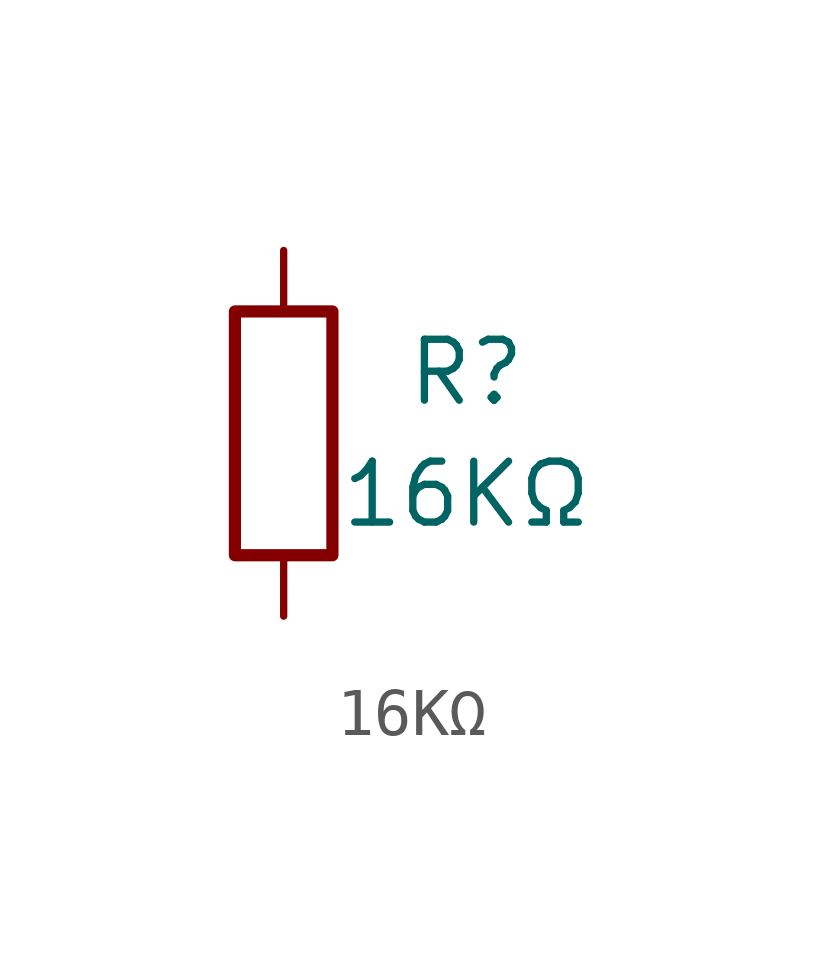
<source format=kicad_sym>
(kicad_symbol_lib
  (version 20241209)
  (generator "kicad_symbol_editor")
  (generator_version "9.0")
  (symbol "16KΩ"
    (pin_numbers
      (hide yes))
    (pin_names
      (offset 0))
    (property "Reference" "R"
      (at 3.81 1.27 0)
      (effects (font (size 1.27 1.27))))
    (property "Value" "16KΩ"
      (at 3.81 -1.27 0)
      (effects (font (size 1.27 1.27))))
    (symbol "16KΩ_0_1"
      (rectangle (start -1.016 -2.54) (end 1.016 2.54) (stroke (width 0.254) (type solid)) (fill (type none))))
    (symbol "16KΩ_1_1"
      (pin passive line (at 0 3.81 270) (length 1.27) (name "~" (effects (font (size 1.27 1.27)))) (number "1" (effects (font (size 1.27 1.27)))))
      (pin passive line (at 0 -3.81 90) (length 1.27) (name "~" (effects (font (size 1.27 1.27)))) (number "2" (effects (font (size 1.27 1.27))))))))
</source>
